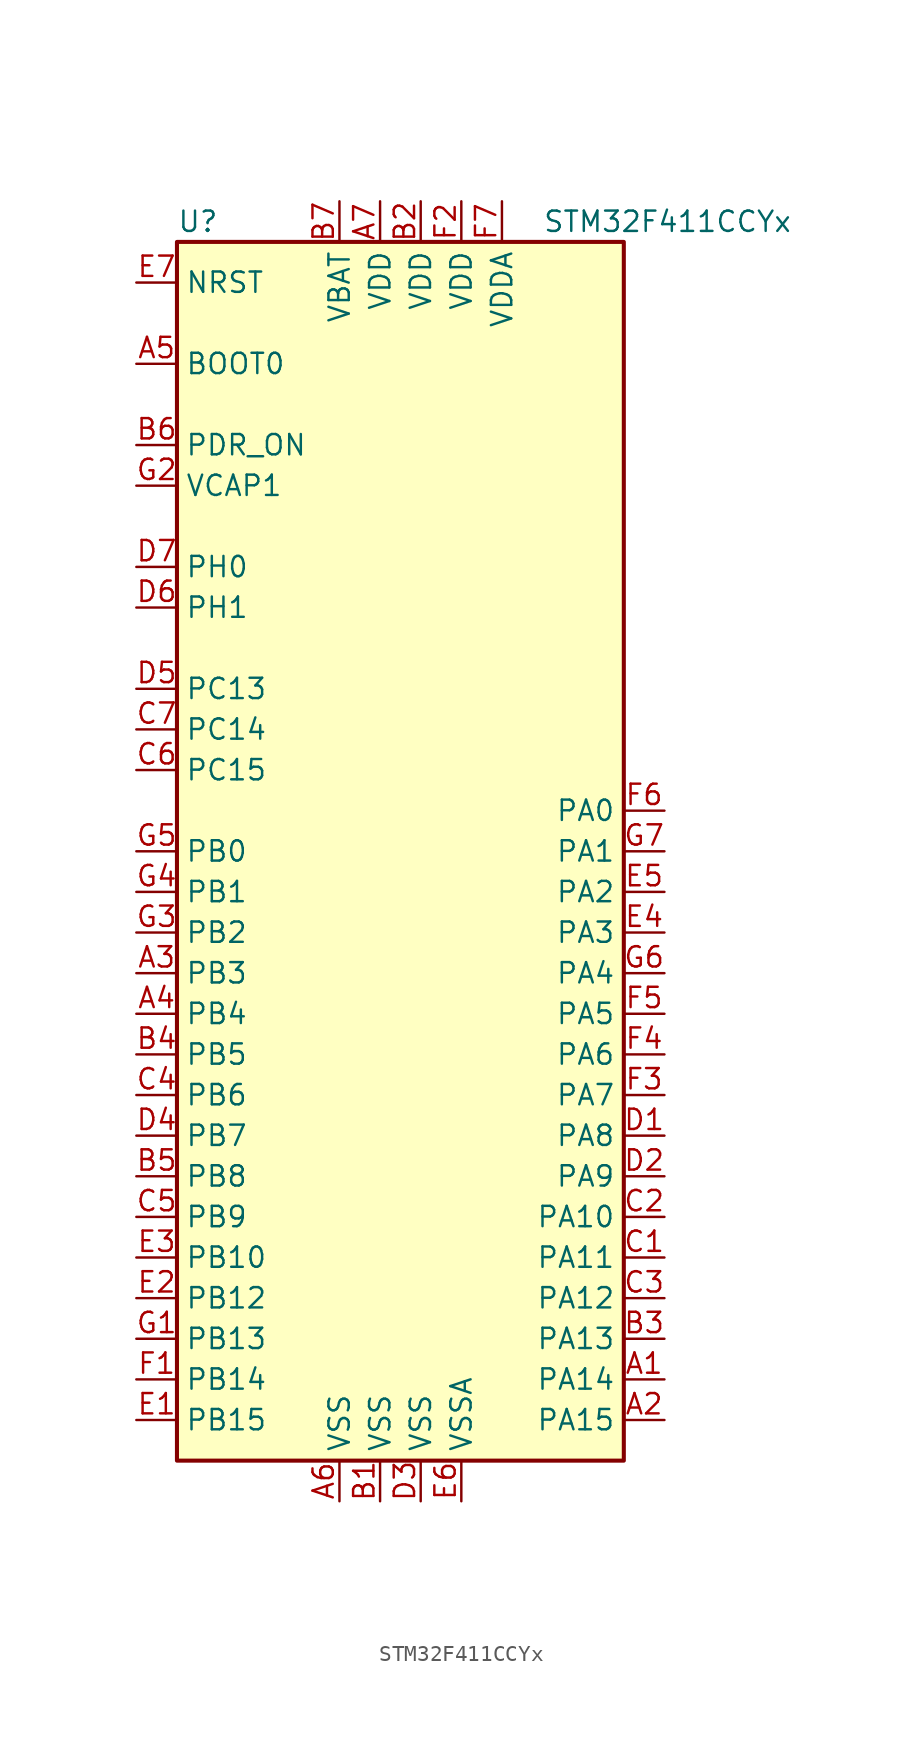
<source format=kicad_sym>
(kicad_symbol_lib
  (version 20201005)
  (generator kicad_symbol_editor)
  (symbol "STM32F411CCYx"
    (property "Reference" "U"
      (at -15.24 39.37 0)
      (effects (font (size 1.27 1.27)) (justify left)))
    (property "Value" "STM32F411CCYx"
      (at 7.62 39.37 0)
      (effects (font (size 1.27 1.27)) (justify left)))
    (symbol "STM32F411CCYx_0_1"
      (rectangle (start -15.24 -38.1) (end 12.7 38.1) (stroke (width 0.254)) (fill (type background))))
    (symbol "STM32F411CCYx_1_1"
      (pin input line (at -17.78 30.48 0) (length 2.54) (name "BOOT0" (effects (font (size 1.27 1.27)))) (number "A5" (effects (font (size 1.27 1.27)))))
      (pin input line (at -17.78 35.56 0) (length 2.54) (name "NRST" (effects (font (size 1.27 1.27)))) (number "E7" (effects (font (size 1.27 1.27)))))
      (pin bidirectional line (at 15.24 2.54 180) (length 2.54) (name "PA0" (effects (font (size 1.27 1.27)))) (number "F6" (effects (font (size 1.27 1.27)))))
      (pin bidirectional line (at 15.24 0 180) (length 2.54) (name "PA1" (effects (font (size 1.27 1.27)))) (number "G7" (effects (font (size 1.27 1.27)))))
      (pin bidirectional line (at 15.24 -22.86 180) (length 2.54) (name "PA10" (effects (font (size 1.27 1.27)))) (number "C2" (effects (font (size 1.27 1.27)))))
      (pin bidirectional line (at 15.24 -25.4 180) (length 2.54) (name "PA11" (effects (font (size 1.27 1.27)))) (number "C1" (effects (font (size 1.27 1.27)))))
      (pin bidirectional line (at 15.24 -27.94 180) (length 2.54) (name "PA12" (effects (font (size 1.27 1.27)))) (number "C3" (effects (font (size 1.27 1.27)))))
      (pin bidirectional line (at 15.24 -30.48 180) (length 2.54) (name "PA13" (effects (font (size 1.27 1.27)))) (number "B3" (effects (font (size 1.27 1.27)))))
      (pin bidirectional line (at 15.24 -33.02 180) (length 2.54) (name "PA14" (effects (font (size 1.27 1.27)))) (number "A1" (effects (font (size 1.27 1.27)))))
      (pin bidirectional line (at 15.24 -35.56 180) (length 2.54) (name "PA15" (effects (font (size 1.27 1.27)))) (number "A2" (effects (font (size 1.27 1.27)))))
      (pin bidirectional line (at 15.24 -2.54 180) (length 2.54) (name "PA2" (effects (font (size 1.27 1.27)))) (number "E5" (effects (font (size 1.27 1.27)))))
      (pin bidirectional line (at 15.24 -5.08 180) (length 2.54) (name "PA3" (effects (font (size 1.27 1.27)))) (number "E4" (effects (font (size 1.27 1.27)))))
      (pin bidirectional line (at 15.24 -7.62 180) (length 2.54) (name "PA4" (effects (font (size 1.27 1.27)))) (number "G6" (effects (font (size 1.27 1.27)))))
      (pin bidirectional line (at 15.24 -10.16 180) (length 2.54) (name "PA5" (effects (font (size 1.27 1.27)))) (number "F5" (effects (font (size 1.27 1.27)))))
      (pin bidirectional line (at 15.24 -12.7 180) (length 2.54) (name "PA6" (effects (font (size 1.27 1.27)))) (number "F4" (effects (font (size 1.27 1.27)))))
      (pin bidirectional line (at 15.24 -15.24 180) (length 2.54) (name "PA7" (effects (font (size 1.27 1.27)))) (number "F3" (effects (font (size 1.27 1.27)))))
      (pin bidirectional line (at 15.24 -17.78 180) (length 2.54) (name "PA8" (effects (font (size 1.27 1.27)))) (number "D1" (effects (font (size 1.27 1.27)))))
      (pin bidirectional line (at 15.24 -20.32 180) (length 2.54) (name "PA9" (effects (font (size 1.27 1.27)))) (number "D2" (effects (font (size 1.27 1.27)))))
      (pin bidirectional line (at -17.78 0 0) (length 2.54) (name "PB0" (effects (font (size 1.27 1.27)))) (number "G5" (effects (font (size 1.27 1.27)))))
      (pin bidirectional line (at -17.78 -2.54 0) (length 2.54) (name "PB1" (effects (font (size 1.27 1.27)))) (number "G4" (effects (font (size 1.27 1.27)))))
      (pin bidirectional line (at -17.78 -25.4 0) (length 2.54) (name "PB10" (effects (font (size 1.27 1.27)))) (number "E3" (effects (font (size 1.27 1.27)))))
      (pin bidirectional line (at -17.78 -27.94 0) (length 2.54) (name "PB12" (effects (font (size 1.27 1.27)))) (number "E2" (effects (font (size 1.27 1.27)))))
      (pin bidirectional line (at -17.78 -30.48 0) (length 2.54) (name "PB13" (effects (font (size 1.27 1.27)))) (number "G1" (effects (font (size 1.27 1.27)))))
      (pin bidirectional line (at -17.78 -33.02 0) (length 2.54) (name "PB14" (effects (font (size 1.27 1.27)))) (number "F1" (effects (font (size 1.27 1.27)))))
      (pin bidirectional line (at -17.78 -35.56 0) (length 2.54) (name "PB15" (effects (font (size 1.27 1.27)))) (number "E1" (effects (font (size 1.27 1.27)))))
      (pin bidirectional line (at -17.78 -5.08 0) (length 2.54) (name "PB2" (effects (font (size 1.27 1.27)))) (number "G3" (effects (font (size 1.27 1.27)))))
      (pin bidirectional line (at -17.78 -7.62 0) (length 2.54) (name "PB3" (effects (font (size 1.27 1.27)))) (number "A3" (effects (font (size 1.27 1.27)))))
      (pin bidirectional line (at -17.78 -10.16 0) (length 2.54) (name "PB4" (effects (font (size 1.27 1.27)))) (number "A4" (effects (font (size 1.27 1.27)))))
      (pin bidirectional line (at -17.78 -12.7 0) (length 2.54) (name "PB5" (effects (font (size 1.27 1.27)))) (number "B4" (effects (font (size 1.27 1.27)))))
      (pin bidirectional line (at -17.78 -15.24 0) (length 2.54) (name "PB6" (effects (font (size 1.27 1.27)))) (number "C4" (effects (font (size 1.27 1.27)))))
      (pin bidirectional line (at -17.78 -17.78 0) (length 2.54) (name "PB7" (effects (font (size 1.27 1.27)))) (number "D4" (effects (font (size 1.27 1.27)))))
      (pin bidirectional line (at -17.78 -20.32 0) (length 2.54) (name "PB8" (effects (font (size 1.27 1.27)))) (number "B5" (effects (font (size 1.27 1.27)))))
      (pin bidirectional line (at -17.78 -22.86 0) (length 2.54) (name "PB9" (effects (font (size 1.27 1.27)))) (number "C5" (effects (font (size 1.27 1.27)))))
      (pin bidirectional line (at -17.78 10.16 0) (length 2.54) (name "PC13" (effects (font (size 1.27 1.27)))) (number "D5" (effects (font (size 1.27 1.27)))))
      (pin bidirectional line (at -17.78 7.62 0) (length 2.54) (name "PC14" (effects (font (size 1.27 1.27)))) (number "C7" (effects (font (size 1.27 1.27)))))
      (pin bidirectional line (at -17.78 5.08 0) (length 2.54) (name "PC15" (effects (font (size 1.27 1.27)))) (number "C6" (effects (font (size 1.27 1.27)))))
      (pin power_in line (at -17.78 25.4 0) (length 2.54) (name "PDR_ON" (effects (font (size 1.27 1.27)))) (number "B6" (effects (font (size 1.27 1.27)))))
      (pin input line (at -17.78 17.78 0) (length 2.54) (name "PH0" (effects (font (size 1.27 1.27)))) (number "D7" (effects (font (size 1.27 1.27)))))
      (pin input line (at -17.78 15.24 0) (length 2.54) (name "PH1" (effects (font (size 1.27 1.27)))) (number "D6" (effects (font (size 1.27 1.27)))))
      (pin power_in line (at -5.08 40.64 270) (length 2.54) (name "VBAT" (effects (font (size 1.27 1.27)))) (number "B7" (effects (font (size 1.27 1.27)))))
      (pin power_in line (at -17.78 22.86 0) (length 2.54) (name "VCAP1" (effects (font (size 1.27 1.27)))) (number "G2" (effects (font (size 1.27 1.27)))))
      (pin power_in line (at -2.54 40.64 270) (length 2.54) (name "VDD" (effects (font (size 1.27 1.27)))) (number "A7" (effects (font (size 1.27 1.27)))))
      (pin power_in line (at 0 40.64 270) (length 2.54) (name "VDD" (effects (font (size 1.27 1.27)))) (number "B2" (effects (font (size 1.27 1.27)))))
      (pin power_in line (at 2.54 40.64 270) (length 2.54) (name "VDD" (effects (font (size 1.27 1.27)))) (number "F2" (effects (font (size 1.27 1.27)))))
      (pin power_in line (at 5.08 40.64 270) (length 2.54) (name "VDDA" (effects (font (size 1.27 1.27)))) (number "F7" (effects (font (size 1.27 1.27)))))
      (pin power_in line (at -5.08 -40.64 90) (length 2.54) (name "VSS" (effects (font (size 1.27 1.27)))) (number "A6" (effects (font (size 1.27 1.27)))))
      (pin power_in line (at -2.54 -40.64 90) (length 2.54) (name "VSS" (effects (font (size 1.27 1.27)))) (number "B1" (effects (font (size 1.27 1.27)))))
      (pin power_in line (at 0 -40.64 90) (length 2.54) (name "VSS" (effects (font (size 1.27 1.27)))) (number "D3" (effects (font (size 1.27 1.27)))))
      (pin power_in line (at 2.54 -40.64 90) (length 2.54) (name "VSSA" (effects (font (size 1.27 1.27)))) (number "E6" (effects (font (size 1.27 1.27))))))))
</source>
